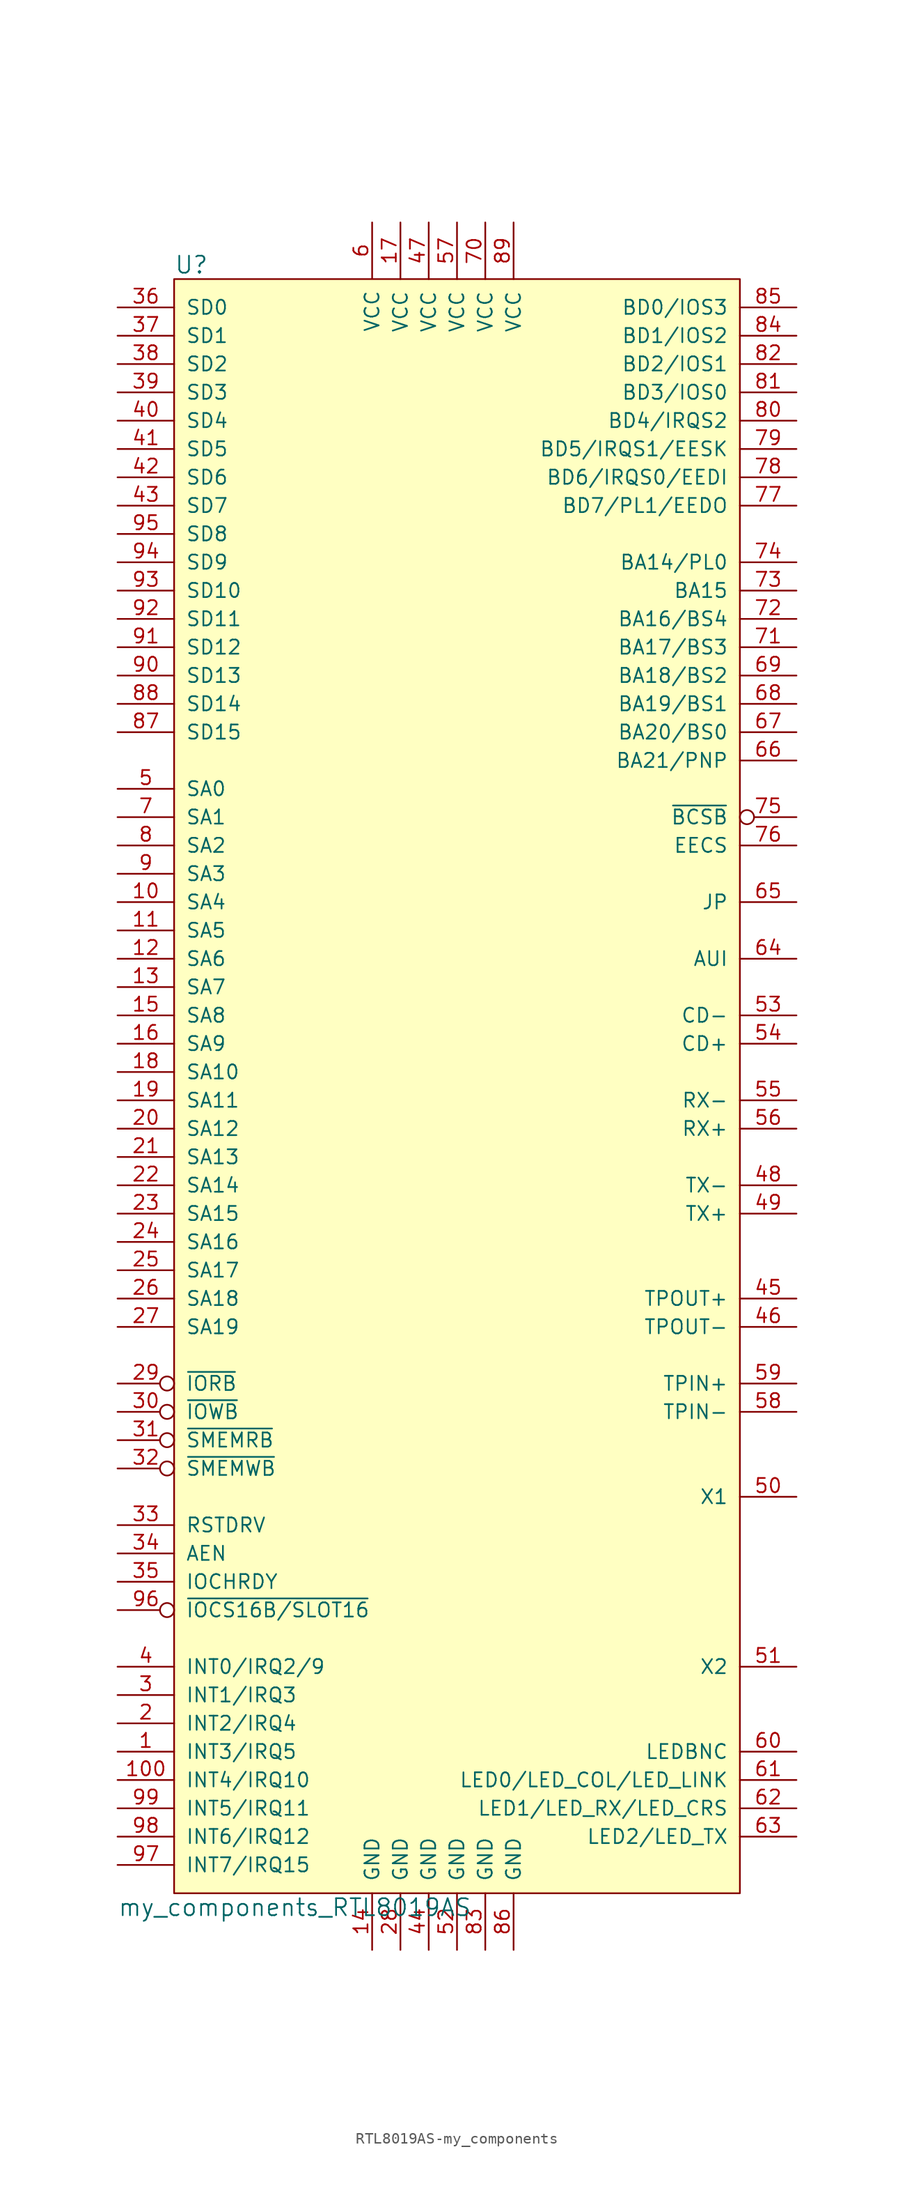
<source format=kicad_sym>
(kicad_symbol_lib
  (version 20241209)
  (generator "kicad_symbol_editor")
  (generator_version "9.0")
  (symbol "RTL8019AS-my_components"
    (pin_names
      (offset 1.016))
    (property "Reference" "U"
      (at -25.4 73.66 0)
      (effects (font (size 1.524 1.524)) (justify left)))
    (property "Value" "my_components_RTL8019AS"
      (at -30.48 -73.66 0)
      (effects (font (size 1.524 1.524)) (justify left)))
    (property "Footprint" ""
      (at 0 13.97 0)
      (effects (font (size 1.524 1.524))))
    (property "Datasheet" ""
      (at 0 13.97 0)
      (effects (font (size 1.524 1.524))))
    (symbol "RTL8019AS-my_components_0_1"
      (rectangle (start -25.4 72.39) (end 25.4 -72.39) (stroke (width 0) (type solid)) (fill (type background))))
    (symbol "RTL8019AS-my_components_1_1"
      (pin bidirectional line (at -30.48 69.85 0) (length 5.08) (name "SD0" (effects (font (size 1.27 1.27)))) (number "36" (effects (font (size 1.27 1.27)))))
      (pin bidirectional line (at -30.48 67.31 0) (length 5.08) (name "SD1" (effects (font (size 1.27 1.27)))) (number "37" (effects (font (size 1.27 1.27)))))
      (pin bidirectional line (at -30.48 64.77 0) (length 5.08) (name "SD2" (effects (font (size 1.27 1.27)))) (number "38" (effects (font (size 1.27 1.27)))))
      (pin bidirectional line (at -30.48 62.23 0) (length 5.08) (name "SD3" (effects (font (size 1.27 1.27)))) (number "39" (effects (font (size 1.27 1.27)))))
      (pin bidirectional line (at -30.48 59.69 0) (length 5.08) (name "SD4" (effects (font (size 1.27 1.27)))) (number "40" (effects (font (size 1.27 1.27)))))
      (pin bidirectional line (at -30.48 57.15 0) (length 5.08) (name "SD5" (effects (font (size 1.27 1.27)))) (number "41" (effects (font (size 1.27 1.27)))))
      (pin bidirectional line (at -30.48 54.61 0) (length 5.08) (name "SD6" (effects (font (size 1.27 1.27)))) (number "42" (effects (font (size 1.27 1.27)))))
      (pin bidirectional line (at -30.48 52.07 0) (length 5.08) (name "SD7" (effects (font (size 1.27 1.27)))) (number "43" (effects (font (size 1.27 1.27)))))
      (pin bidirectional line (at -30.48 49.53 0) (length 5.08) (name "SD8" (effects (font (size 1.27 1.27)))) (number "95" (effects (font (size 1.27 1.27)))))
      (pin bidirectional line (at -30.48 46.99 0) (length 5.08) (name "SD9" (effects (font (size 1.27 1.27)))) (number "94" (effects (font (size 1.27 1.27)))))
      (pin bidirectional line (at -30.48 44.45 0) (length 5.08) (name "SD10" (effects (font (size 1.27 1.27)))) (number "93" (effects (font (size 1.27 1.27)))))
      (pin bidirectional line (at -30.48 41.91 0) (length 5.08) (name "SD11" (effects (font (size 1.27 1.27)))) (number "92" (effects (font (size 1.27 1.27)))))
      (pin bidirectional line (at -30.48 39.37 0) (length 5.08) (name "SD12" (effects (font (size 1.27 1.27)))) (number "91" (effects (font (size 1.27 1.27)))))
      (pin bidirectional line (at -30.48 36.83 0) (length 5.08) (name "SD13" (effects (font (size 1.27 1.27)))) (number "90" (effects (font (size 1.27 1.27)))))
      (pin bidirectional line (at -30.48 34.29 0) (length 5.08) (name "SD14" (effects (font (size 1.27 1.27)))) (number "88" (effects (font (size 1.27 1.27)))))
      (pin bidirectional line (at -30.48 31.75 0) (length 5.08) (name "SD15" (effects (font (size 1.27 1.27)))) (number "87" (effects (font (size 1.27 1.27)))))
      (pin input line (at -30.48 26.67 0) (length 5.08) (name "SA0" (effects (font (size 1.27 1.27)))) (number "5" (effects (font (size 1.27 1.27)))))
      (pin input line (at -30.48 24.13 0) (length 5.08) (name "SA1" (effects (font (size 1.27 1.27)))) (number "7" (effects (font (size 1.27 1.27)))))
      (pin input line (at -30.48 21.59 0) (length 5.08) (name "SA2" (effects (font (size 1.27 1.27)))) (number "8" (effects (font (size 1.27 1.27)))))
      (pin input line (at -30.48 19.05 0) (length 5.08) (name "SA3" (effects (font (size 1.27 1.27)))) (number "9" (effects (font (size 1.27 1.27)))))
      (pin input line (at -30.48 16.51 0) (length 5.08) (name "SA4" (effects (font (size 1.27 1.27)))) (number "10" (effects (font (size 1.27 1.27)))))
      (pin input line (at -30.48 13.97 0) (length 5.08) (name "SA5" (effects (font (size 1.27 1.27)))) (number "11" (effects (font (size 1.27 1.27)))))
      (pin input line (at -30.48 11.43 0) (length 5.08) (name "SA6" (effects (font (size 1.27 1.27)))) (number "12" (effects (font (size 1.27 1.27)))))
      (pin input line (at -30.48 8.89 0) (length 5.08) (name "SA7" (effects (font (size 1.27 1.27)))) (number "13" (effects (font (size 1.27 1.27)))))
      (pin input line (at -30.48 6.35 0) (length 5.08) (name "SA8" (effects (font (size 1.27 1.27)))) (number "15" (effects (font (size 1.27 1.27)))))
      (pin input line (at -30.48 3.81 0) (length 5.08) (name "SA9" (effects (font (size 1.27 1.27)))) (number "16" (effects (font (size 1.27 1.27)))))
      (pin input line (at -30.48 1.27 0) (length 5.08) (name "SA10" (effects (font (size 1.27 1.27)))) (number "18" (effects (font (size 1.27 1.27)))))
      (pin input line (at -30.48 -1.27 0) (length 5.08) (name "SA11" (effects (font (size 1.27 1.27)))) (number "19" (effects (font (size 1.27 1.27)))))
      (pin input line (at -30.48 -3.81 0) (length 5.08) (name "SA12" (effects (font (size 1.27 1.27)))) (number "20" (effects (font (size 1.27 1.27)))))
      (pin input line (at -30.48 -6.35 0) (length 5.08) (name "SA13" (effects (font (size 1.27 1.27)))) (number "21" (effects (font (size 1.27 1.27)))))
      (pin input line (at -30.48 -8.89 0) (length 5.08) (name "SA14" (effects (font (size 1.27 1.27)))) (number "22" (effects (font (size 1.27 1.27)))))
      (pin input line (at -30.48 -11.43 0) (length 5.08) (name "SA15" (effects (font (size 1.27 1.27)))) (number "23" (effects (font (size 1.27 1.27)))))
      (pin input line (at -30.48 -13.97 0) (length 5.08) (name "SA16" (effects (font (size 1.27 1.27)))) (number "24" (effects (font (size 1.27 1.27)))))
      (pin input line (at -30.48 -16.51 0) (length 5.08) (name "SA17" (effects (font (size 1.27 1.27)))) (number "25" (effects (font (size 1.27 1.27)))))
      (pin input line (at -30.48 -19.05 0) (length 5.08) (name "SA18" (effects (font (size 1.27 1.27)))) (number "26" (effects (font (size 1.27 1.27)))))
      (pin input line (at -30.48 -21.59 0) (length 5.08) (name "SA19" (effects (font (size 1.27 1.27)))) (number "27" (effects (font (size 1.27 1.27)))))
      (pin input inverted (at -30.48 -26.67 0) (length 5.08) (name "~{IORB}" (effects (font (size 1.27 1.27)))) (number "29" (effects (font (size 1.27 1.27)))))
      (pin input inverted (at -30.48 -29.21 0) (length 5.08) (name "~{IOWB}" (effects (font (size 1.27 1.27)))) (number "30" (effects (font (size 1.27 1.27)))))
      (pin input inverted (at -30.48 -31.75 0) (length 5.08) (name "~{SMEMRB}" (effects (font (size 1.27 1.27)))) (number "31" (effects (font (size 1.27 1.27)))))
      (pin input inverted (at -30.48 -34.29 0) (length 5.08) (name "~{SMEMWB}" (effects (font (size 1.27 1.27)))) (number "32" (effects (font (size 1.27 1.27)))))
      (pin input line (at -30.48 -39.37 0) (length 5.08) (name "RSTDRV" (effects (font (size 1.27 1.27)))) (number "33" (effects (font (size 1.27 1.27)))))
      (pin input line (at -30.48 -41.91 0) (length 5.08) (name "AEN" (effects (font (size 1.27 1.27)))) (number "34" (effects (font (size 1.27 1.27)))))
      (pin output line (at -30.48 -44.45 0) (length 5.08) (name "IOCHRDY" (effects (font (size 1.27 1.27)))) (number "35" (effects (font (size 1.27 1.27)))))
      (pin open_collector inverted (at -30.48 -46.99 0) (length 5.08) (name "~{IOCS16B/SLOT16}" (effects (font (size 1.27 1.27)))) (number "96" (effects (font (size 1.27 1.27)))))
      (pin output line (at -30.48 -52.07 0) (length 5.08) (name "INT0/IRQ2/9" (effects (font (size 1.27 1.27)))) (number "4" (effects (font (size 1.27 1.27)))))
      (pin output line (at -30.48 -54.61 0) (length 5.08) (name "INT1/IRQ3" (effects (font (size 1.27 1.27)))) (number "3" (effects (font (size 1.27 1.27)))))
      (pin output line (at -30.48 -57.15 0) (length 5.08) (name "INT2/IRQ4" (effects (font (size 1.27 1.27)))) (number "2" (effects (font (size 1.27 1.27)))))
      (pin output line (at -30.48 -59.69 0) (length 5.08) (name "INT3/IRQ5" (effects (font (size 1.27 1.27)))) (number "1" (effects (font (size 1.27 1.27)))))
      (pin output line (at -30.48 -62.23 0) (length 5.08) (name "INT4/IRQ10" (effects (font (size 1.27 1.27)))) (number "100" (effects (font (size 1.27 1.27)))))
      (pin output line (at -30.48 -64.77 0) (length 5.08) (name "INT5/IRQ11" (effects (font (size 1.27 1.27)))) (number "99" (effects (font (size 1.27 1.27)))))
      (pin output line (at -30.48 -67.31 0) (length 5.08) (name "INT6/IRQ12" (effects (font (size 1.27 1.27)))) (number "98" (effects (font (size 1.27 1.27)))))
      (pin output line (at -30.48 -69.85 0) (length 5.08) (name "INT7/IRQ15" (effects (font (size 1.27 1.27)))) (number "97" (effects (font (size 1.27 1.27)))))
      (pin power_in line (at -7.62 77.47 270) (length 5.029) (name "VCC" (effects (font (size 1.27 1.27)))) (number "6" (effects (font (size 1.27 1.27)))))
      (pin power_in line (at -7.62 -77.47 90) (length 5.08) (name "GND" (effects (font (size 1.27 1.27)))) (number "14" (effects (font (size 1.27 1.27)))))
      (pin power_in line (at -5.08 77.47 270) (length 5.08) (name "VCC" (effects (font (size 1.27 1.27)))) (number "17" (effects (font (size 1.27 1.27)))))
      (pin power_in line (at -5.08 -77.47 90) (length 5.08) (name "GND" (effects (font (size 1.27 1.27)))) (number "28" (effects (font (size 1.27 1.27)))))
      (pin power_in line (at -2.54 77.47 270) (length 5.08) (name "VCC" (effects (font (size 1.27 1.27)))) (number "47" (effects (font (size 1.27 1.27)))))
      (pin power_in line (at -2.54 -77.47 90) (length 5.08) (name "GND" (effects (font (size 1.27 1.27)))) (number "44" (effects (font (size 1.27 1.27)))))
      (pin power_in line (at 0 77.47 270) (length 5.08) (name "VCC" (effects (font (size 1.27 1.27)))) (number "57" (effects (font (size 1.27 1.27)))))
      (pin power_in line (at 0 -77.47 90) (length 5.08) (name "GND" (effects (font (size 1.27 1.27)))) (number "52" (effects (font (size 1.27 1.27)))))
      (pin power_in line (at 2.54 77.47 270) (length 5.08) (name "VCC" (effects (font (size 1.27 1.27)))) (number "70" (effects (font (size 1.27 1.27)))))
      (pin power_in line (at 2.54 -77.47 90) (length 5.08) (name "GND" (effects (font (size 1.27 1.27)))) (number "83" (effects (font (size 1.27 1.27)))))
      (pin power_in line (at 5.08 77.47 270) (length 5.08) (name "VCC" (effects (font (size 1.27 1.27)))) (number "89" (effects (font (size 1.27 1.27)))))
      (pin power_in line (at 5.08 -77.47 90) (length 5.08) (name "GND" (effects (font (size 1.27 1.27)))) (number "86" (effects (font (size 1.27 1.27)))))
      (pin bidirectional line (at 30.48 69.85 180) (length 5.08) (name "BD0/IOS3" (effects (font (size 1.27 1.27)))) (number "85" (effects (font (size 1.27 1.27)))))
      (pin bidirectional line (at 30.48 67.31 180) (length 5.08) (name "BD1/IOS2" (effects (font (size 1.27 1.27)))) (number "84" (effects (font (size 1.27 1.27)))))
      (pin bidirectional line (at 30.48 64.77 180) (length 5.08) (name "BD2/IOS1" (effects (font (size 1.27 1.27)))) (number "82" (effects (font (size 1.27 1.27)))))
      (pin bidirectional line (at 30.48 62.23 180) (length 5.08) (name "BD3/IOS0" (effects (font (size 1.27 1.27)))) (number "81" (effects (font (size 1.27 1.27)))))
      (pin bidirectional line (at 30.48 59.69 180) (length 5.08) (name "BD4/IRQS2" (effects (font (size 1.27 1.27)))) (number "80" (effects (font (size 1.27 1.27)))))
      (pin bidirectional line (at 30.48 57.15 180) (length 5.08) (name "BD5/IRQS1/EESK" (effects (font (size 1.27 1.27)))) (number "79" (effects (font (size 1.27 1.27)))))
      (pin bidirectional line (at 30.48 54.61 180) (length 5.08) (name "BD6/IRQS0/EEDI" (effects (font (size 1.27 1.27)))) (number "78" (effects (font (size 1.27 1.27)))))
      (pin bidirectional line (at 30.48 52.07 180) (length 5.08) (name "BD7/PL1/EEDO" (effects (font (size 1.27 1.27)))) (number "77" (effects (font (size 1.27 1.27)))))
      (pin bidirectional line (at 30.48 46.99 180) (length 5.08) (name "BA14/PL0" (effects (font (size 1.27 1.27)))) (number "74" (effects (font (size 1.27 1.27)))))
      (pin output line (at 30.48 44.45 180) (length 5.08) (name "BA15" (effects (font (size 1.27 1.27)))) (number "73" (effects (font (size 1.27 1.27)))))
      (pin bidirectional line (at 30.48 41.91 180) (length 5.08) (name "BA16/BS4" (effects (font (size 1.27 1.27)))) (number "72" (effects (font (size 1.27 1.27)))))
      (pin bidirectional line (at 30.48 39.37 180) (length 5.08) (name "BA17/BS3" (effects (font (size 1.27 1.27)))) (number "71" (effects (font (size 1.27 1.27)))))
      (pin bidirectional line (at 30.48 36.83 180) (length 5.08) (name "BA18/BS2" (effects (font (size 1.27 1.27)))) (number "69" (effects (font (size 1.27 1.27)))))
      (pin bidirectional line (at 30.48 34.29 180) (length 5.08) (name "BA19/BS1" (effects (font (size 1.27 1.27)))) (number "68" (effects (font (size 1.27 1.27)))))
      (pin bidirectional line (at 30.48 31.75 180) (length 5.08) (name "BA20/BS0" (effects (font (size 1.27 1.27)))) (number "67" (effects (font (size 1.27 1.27)))))
      (pin bidirectional line (at 30.48 29.21 180) (length 5.08) (name "BA21/PNP" (effects (font (size 1.27 1.27)))) (number "66" (effects (font (size 1.27 1.27)))))
      (pin output inverted (at 30.48 24.13 180) (length 5.08) (name "~{BCSB}" (effects (font (size 1.27 1.27)))) (number "75" (effects (font (size 1.27 1.27)))))
      (pin output line (at 30.48 21.59 180) (length 5.08) (name "EECS" (effects (font (size 1.27 1.27)))) (number "76" (effects (font (size 1.27 1.27)))))
      (pin input line (at 30.48 16.51 180) (length 5.08) (name "JP" (effects (font (size 1.27 1.27)))) (number "65" (effects (font (size 1.27 1.27)))))
      (pin input line (at 30.48 11.43 180) (length 5.08) (name "AUI" (effects (font (size 1.27 1.27)))) (number "64" (effects (font (size 1.27 1.27)))))
      (pin input line (at 30.48 6.35 180) (length 5.08) (name "CD-" (effects (font (size 1.27 1.27)))) (number "53" (effects (font (size 1.27 1.27)))))
      (pin input line (at 30.48 3.81 180) (length 5.08) (name "CD+" (effects (font (size 1.27 1.27)))) (number "54" (effects (font (size 1.27 1.27)))))
      (pin input line (at 30.48 -1.27 180) (length 5.08) (name "RX-" (effects (font (size 1.27 1.27)))) (number "55" (effects (font (size 1.27 1.27)))))
      (pin input line (at 30.48 -3.81 180) (length 5.08) (name "RX+" (effects (font (size 1.27 1.27)))) (number "56" (effects (font (size 1.27 1.27)))))
      (pin output line (at 30.48 -8.89 180) (length 5.08) (name "TX-" (effects (font (size 1.27 1.27)))) (number "48" (effects (font (size 1.27 1.27)))))
      (pin output line (at 30.48 -11.43 180) (length 5.08) (name "TX+" (effects (font (size 1.27 1.27)))) (number "49" (effects (font (size 1.27 1.27)))))
      (pin output line (at 30.48 -19.05 180) (length 5.08) (name "TPOUT+" (effects (font (size 1.27 1.27)))) (number "45" (effects (font (size 1.27 1.27)))))
      (pin output line (at 30.48 -21.59 180) (length 5.08) (name "TPOUT-" (effects (font (size 1.27 1.27)))) (number "46" (effects (font (size 1.27 1.27)))))
      (pin input line (at 30.48 -26.67 180) (length 5.08) (name "TPIN+" (effects (font (size 1.27 1.27)))) (number "59" (effects (font (size 1.27 1.27)))))
      (pin input line (at 30.48 -29.21 180) (length 5.08) (name "TPIN-" (effects (font (size 1.27 1.27)))) (number "58" (effects (font (size 1.27 1.27)))))
      (pin input line (at 30.48 -36.83 180) (length 5.08) (name "X1" (effects (font (size 1.27 1.27)))) (number "50" (effects (font (size 1.27 1.27)))))
      (pin output line (at 30.48 -52.07 180) (length 5.08) (name "X2" (effects (font (size 1.27 1.27)))) (number "51" (effects (font (size 1.27 1.27)))))
      (pin output line (at 30.48 -59.69 180) (length 5.08) (name "LEDBNC" (effects (font (size 1.27 1.27)))) (number "60" (effects (font (size 1.27 1.27)))))
      (pin output line (at 30.48 -62.23 180) (length 5.08) (name "LED0/LED_COL/LED_LINK" (effects (font (size 1.27 1.27)))) (number "61" (effects (font (size 1.27 1.27)))))
      (pin output line (at 30.48 -64.77 180) (length 5.08) (name "LED1/LED_RX/LED_CRS" (effects (font (size 1.27 1.27)))) (number "62" (effects (font (size 1.27 1.27)))))
      (pin output line (at 30.48 -67.31 180) (length 5.08) (name "LED2/LED_TX" (effects (font (size 1.27 1.27)))) (number "63" (effects (font (size 1.27 1.27))))))))
</source>
